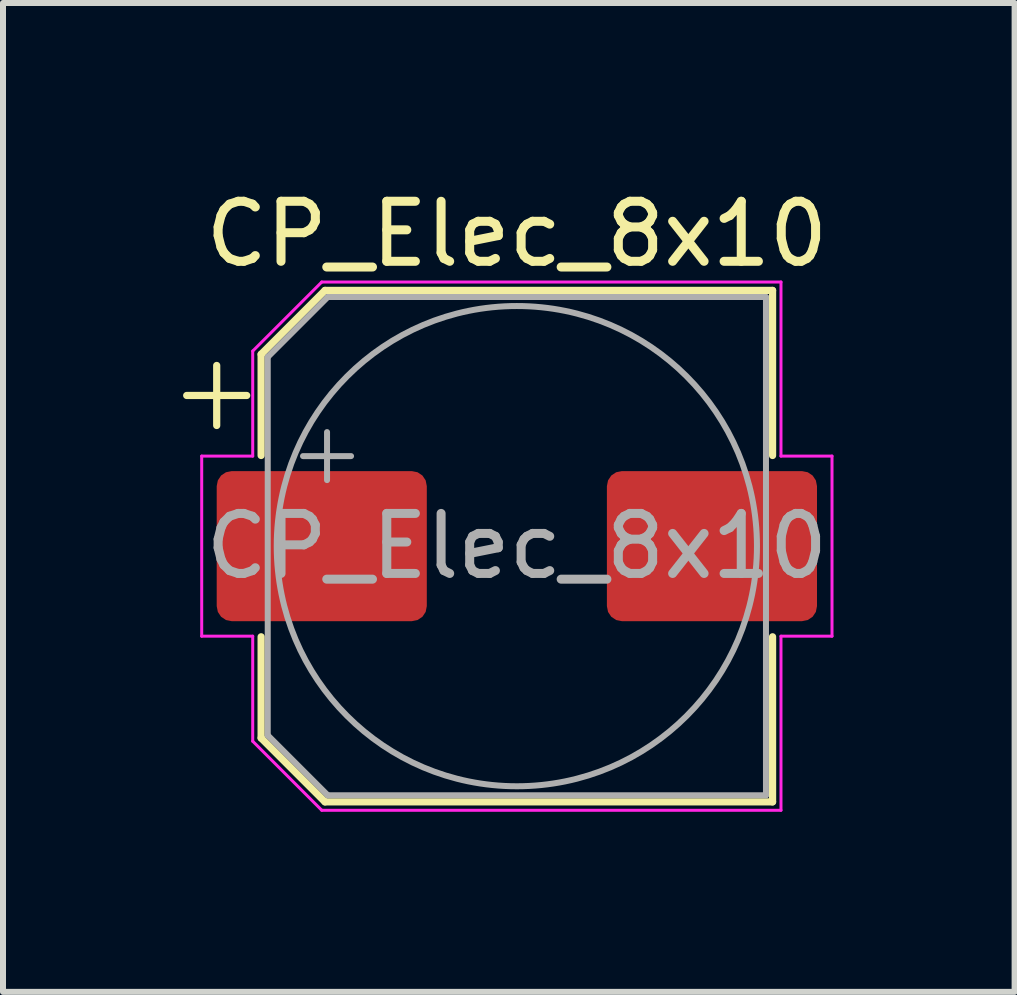
<source format=kicad_pcb>
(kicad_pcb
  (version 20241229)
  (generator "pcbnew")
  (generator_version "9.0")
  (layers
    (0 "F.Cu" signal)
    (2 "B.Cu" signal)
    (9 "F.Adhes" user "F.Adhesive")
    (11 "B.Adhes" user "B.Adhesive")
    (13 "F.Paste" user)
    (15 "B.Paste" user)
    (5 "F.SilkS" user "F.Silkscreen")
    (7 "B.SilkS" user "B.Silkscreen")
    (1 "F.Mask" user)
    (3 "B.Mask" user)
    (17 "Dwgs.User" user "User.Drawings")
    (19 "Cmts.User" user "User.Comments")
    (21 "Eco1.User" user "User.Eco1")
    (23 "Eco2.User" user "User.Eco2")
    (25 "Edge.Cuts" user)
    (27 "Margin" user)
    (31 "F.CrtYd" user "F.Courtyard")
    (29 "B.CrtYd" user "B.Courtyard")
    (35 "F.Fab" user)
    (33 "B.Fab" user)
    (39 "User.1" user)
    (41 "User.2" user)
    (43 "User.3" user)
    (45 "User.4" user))
  (footprint "CP_Elec_8x10"
    (layer "F.Cu")
    (at 5.56 6.048)
    (property "Reference" "CP_Elec_8x10" (at 0 -5.2 180) (layer "F.SilkS") (effects (font (size 1 1) (thickness 0.15))))
    (attr smd)
    (fp_line (start -5.5 -2.51) (end -4.5 -2.51) (stroke (width 0.12) (type solid)) (layer "F.SilkS"))
    (fp_line (start -5 -3.01) (end -5 -2.01) (stroke (width 0.12) (type solid)) (layer "F.SilkS"))
    (fp_line (start -4.26 -3.196) (end -4.26 -1.51) (stroke (width 0.12) (type solid)) (layer "F.SilkS"))
    (fp_line (start -4.26 -3.196) (end -3.196 -4.26) (stroke (width 0.12) (type solid)) (layer "F.SilkS"))
    (fp_line (start -4.26 3.196) (end -4.26 1.51) (stroke (width 0.12) (type solid)) (layer "F.SilkS"))
    (fp_line (start -4.26 3.196) (end -3.196 4.26) (stroke (width 0.12) (type solid)) (layer "F.SilkS"))
    (fp_line (start -3.196 -4.26) (end 4.26 -4.26) (stroke (width 0.12) (type solid)) (layer "F.SilkS"))
    (fp_line (start -3.196 4.26) (end 4.26 4.26) (stroke (width 0.12) (type solid)) (layer "F.SilkS"))
    (fp_line (start 4.26 -4.26) (end 4.26 -1.51) (stroke (width 0.12) (type solid)) (layer "F.SilkS"))
    (fp_line (start 4.26 4.26) (end 4.26 1.51) (stroke (width 0.12) (type solid)) (layer "F.SilkS"))
    (fp_line (start -5.25 -1.5) (end -5.25 1.5) (stroke (width 0.05) (type solid)) (layer "F.CrtYd"))
    (fp_line (start -5.25 1.5) (end -4.4 1.5) (stroke (width 0.05) (type solid)) (layer "F.CrtYd"))
    (fp_line (start -4.4 -3.25) (end -4.4 -1.5) (stroke (width 0.05) (type solid)) (layer "F.CrtYd"))
    (fp_line (start -4.4 -3.25) (end -3.25 -4.4) (stroke (width 0.05) (type solid)) (layer "F.CrtYd"))
    (fp_line (start -4.4 -1.5) (end -5.25 -1.5) (stroke (width 0.05) (type solid)) (layer "F.CrtYd"))
    (fp_line (start -4.4 1.5) (end -4.4 3.25) (stroke (width 0.05) (type solid)) (layer "F.CrtYd"))
    (fp_line (start -4.4 3.25) (end -3.25 4.4) (stroke (width 0.05) (type solid)) (layer "F.CrtYd"))
    (fp_line (start -3.25 -4.4) (end 4.4 -4.4) (stroke (width 0.05) (type solid)) (layer "F.CrtYd"))
    (fp_line (start -3.25 4.4) (end 4.4 4.4) (stroke (width 0.05) (type solid)) (layer "F.CrtYd"))
    (fp_line (start 4.4 -4.4) (end 4.4 -1.5) (stroke (width 0.05) (type solid)) (layer "F.CrtYd"))
    (fp_line (start 4.4 -1.5) (end 5.25 -1.5) (stroke (width 0.05) (type solid)) (layer "F.CrtYd"))
    (fp_line (start 4.4 1.5) (end 4.4 4.4) (stroke (width 0.05) (type solid)) (layer "F.CrtYd"))
    (fp_line (start 5.25 -1.5) (end 5.25 1.5) (stroke (width 0.05) (type solid)) (layer "F.CrtYd"))
    (fp_line (start 5.25 1.5) (end 4.4 1.5) (stroke (width 0.05) (type solid)) (layer "F.CrtYd"))
    (fp_line (start -4.15 -3.15) (end -4.15 3.15) (stroke (width 0.1) (type solid)) (layer "F.Fab"))
    (fp_line (start -4.15 -3.15) (end -3.15 -4.15) (stroke (width 0.1) (type solid)) (layer "F.Fab"))
    (fp_line (start -4.15 3.15) (end -3.15 4.15) (stroke (width 0.1) (type solid)) (layer "F.Fab"))
    (fp_line (start -3.562 -1.5) (end -2.762 -1.5) (stroke (width 0.1) (type solid)) (layer "F.Fab"))
    (fp_line (start -3.162 -1.9) (end -3.162 -1.1) (stroke (width 0.1) (type solid)) (layer "F.Fab"))
    (fp_line (start -3.15 -4.15) (end 4.15 -4.15) (stroke (width 0.1) (type solid)) (layer "F.Fab"))
    (fp_line (start -3.15 4.15) (end 4.15 4.15) (stroke (width 0.1) (type solid)) (layer "F.Fab"))
    (fp_line (start 4.15 -4.15) (end 4.15 4.15) (stroke (width 0.1) (type solid)) (layer "F.Fab"))
    (fp_circle (center 0 0) (end 4 0) (stroke (width 0.1) (type solid)) (fill no) (layer "F.Fab"))
    (fp_text user "${REFERENCE}" (at 0 0 180) (layer "F.Fab") (effects (font (size 1 1) (thickness 0.15))))
    (pad "1" smd roundrect (at -3.25 0) (size 3.5 2.5) (layers "F.Cu" "F.Mask" "F.Paste") (roundrect_rratio 0.1))
    (pad "2" smd roundrect (at 3.25 0) (size 3.5 2.5) (layers "F.Cu" "F.Mask" "F.Paste") (roundrect_rratio 0.1)))
  (gr_rect
    (start -3 -3)
    (end 13.852 13.473)
    (stroke (width 0.1) (type default))
    (fill no)
    (layer "Edge.Cuts")))
</source>
